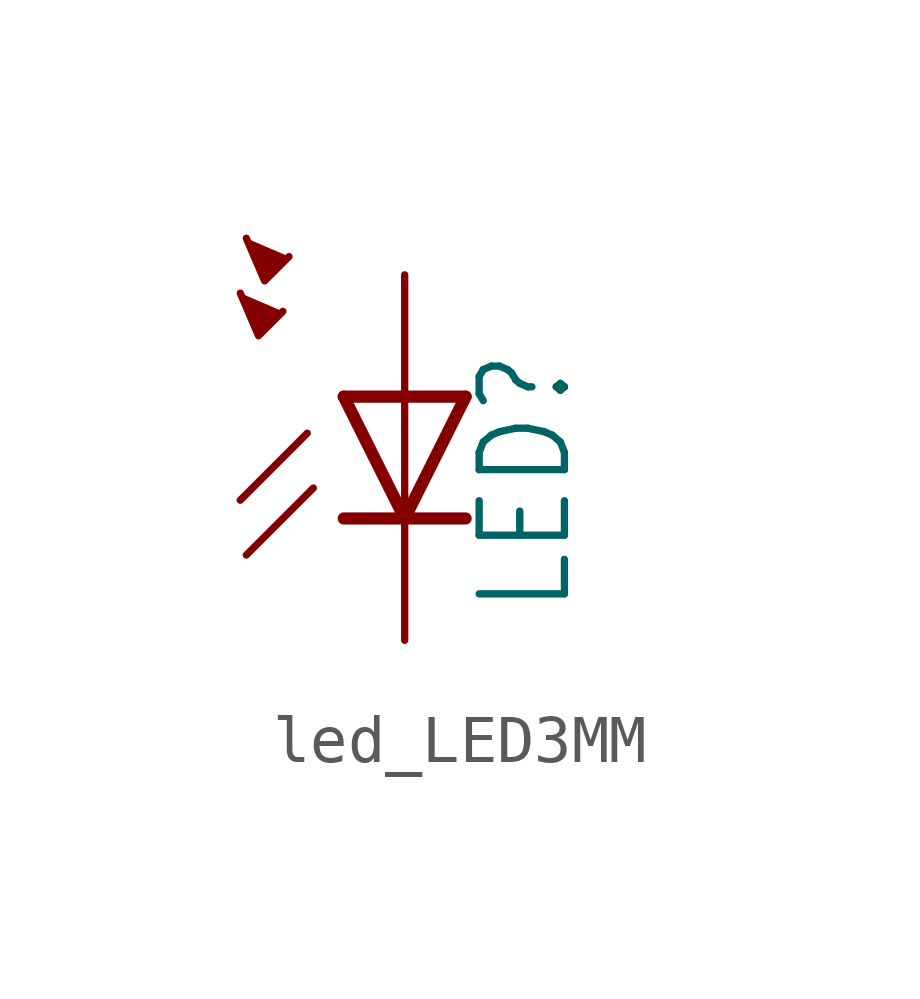
<source format=kicad_sym>
(kicad_symbol_lib
  (version 20241209)
  (generator "kicad_symbol_editor")
  (generator_version "9.0")
  (symbol "led_LED3MM"
    (property "Reference" "LED"
      (at 3.556 -4.572 90)
      (effects (font (size 1.778 1.511)) (justify left bottom)))
    (property "Value" ""
      (at 5.715 -4.572 90)
      (effects (font (size 1.778 1.511)) (justify left bottom)))
    (property "ki_locked" ""
      (at 0 0 0)
      (effects (font (size 1.27 1.27))))
    (symbol "led_LED3MM_1_0"
      (polyline (pts (xy -3.429 2.159) (xy -3.048 1.27) (xy -2.54 1.778)) (stroke (width 0.152) (type solid)) (fill (type outline)))
      (polyline (pts (xy -3.302 3.302) (xy -2.921 2.413) (xy -2.413 2.921)) (stroke (width 0.152) (type solid)) (fill (type outline)))
      (polyline (pts (xy -2.032 -0.762) (xy -3.429 -2.159)) (stroke (width 0.152) (type solid)) (fill (type none)))
      (polyline (pts (xy -1.905 -1.905) (xy -3.302 -3.302)) (stroke (width 0.152) (type solid)) (fill (type none)))
      (polyline (pts (xy 0 0) (xy -1.27 0)) (stroke (width 0.254) (type solid)) (fill (type none)))
      (polyline (pts (xy 0 0) (xy 0 -2.54)) (stroke (width 0.152) (type solid)) (fill (type none)))
      (polyline (pts (xy 0 -2.54) (xy -1.27 0)) (stroke (width 0.254) (type solid)) (fill (type none)))
      (polyline (pts (xy 0 -2.54) (xy -1.27 -2.54)) (stroke (width 0.254) (type solid)) (fill (type none)))
      (polyline (pts (xy 1.27 0) (xy 0 0)) (stroke (width 0.254) (type solid)) (fill (type none)))
      (polyline (pts (xy 1.27 0) (xy 0 -2.54)) (stroke (width 0.254) (type solid)) (fill (type none)))
      (polyline (pts (xy 1.27 -2.54) (xy 0 -2.54)) (stroke (width 0.254) (type solid)) (fill (type none)))
      (pin passive line (at 0 2.54 270) (length 2.54) (name "A" (effects (font (size 0 0)))) (number "A" (effects (font (size 0 0)))))
      (pin passive line (at 0 -5.08 90) (length 2.54) (name "C" (effects (font (size 0 0)))) (number "K" (effects (font (size 0 0))))))))
</source>
